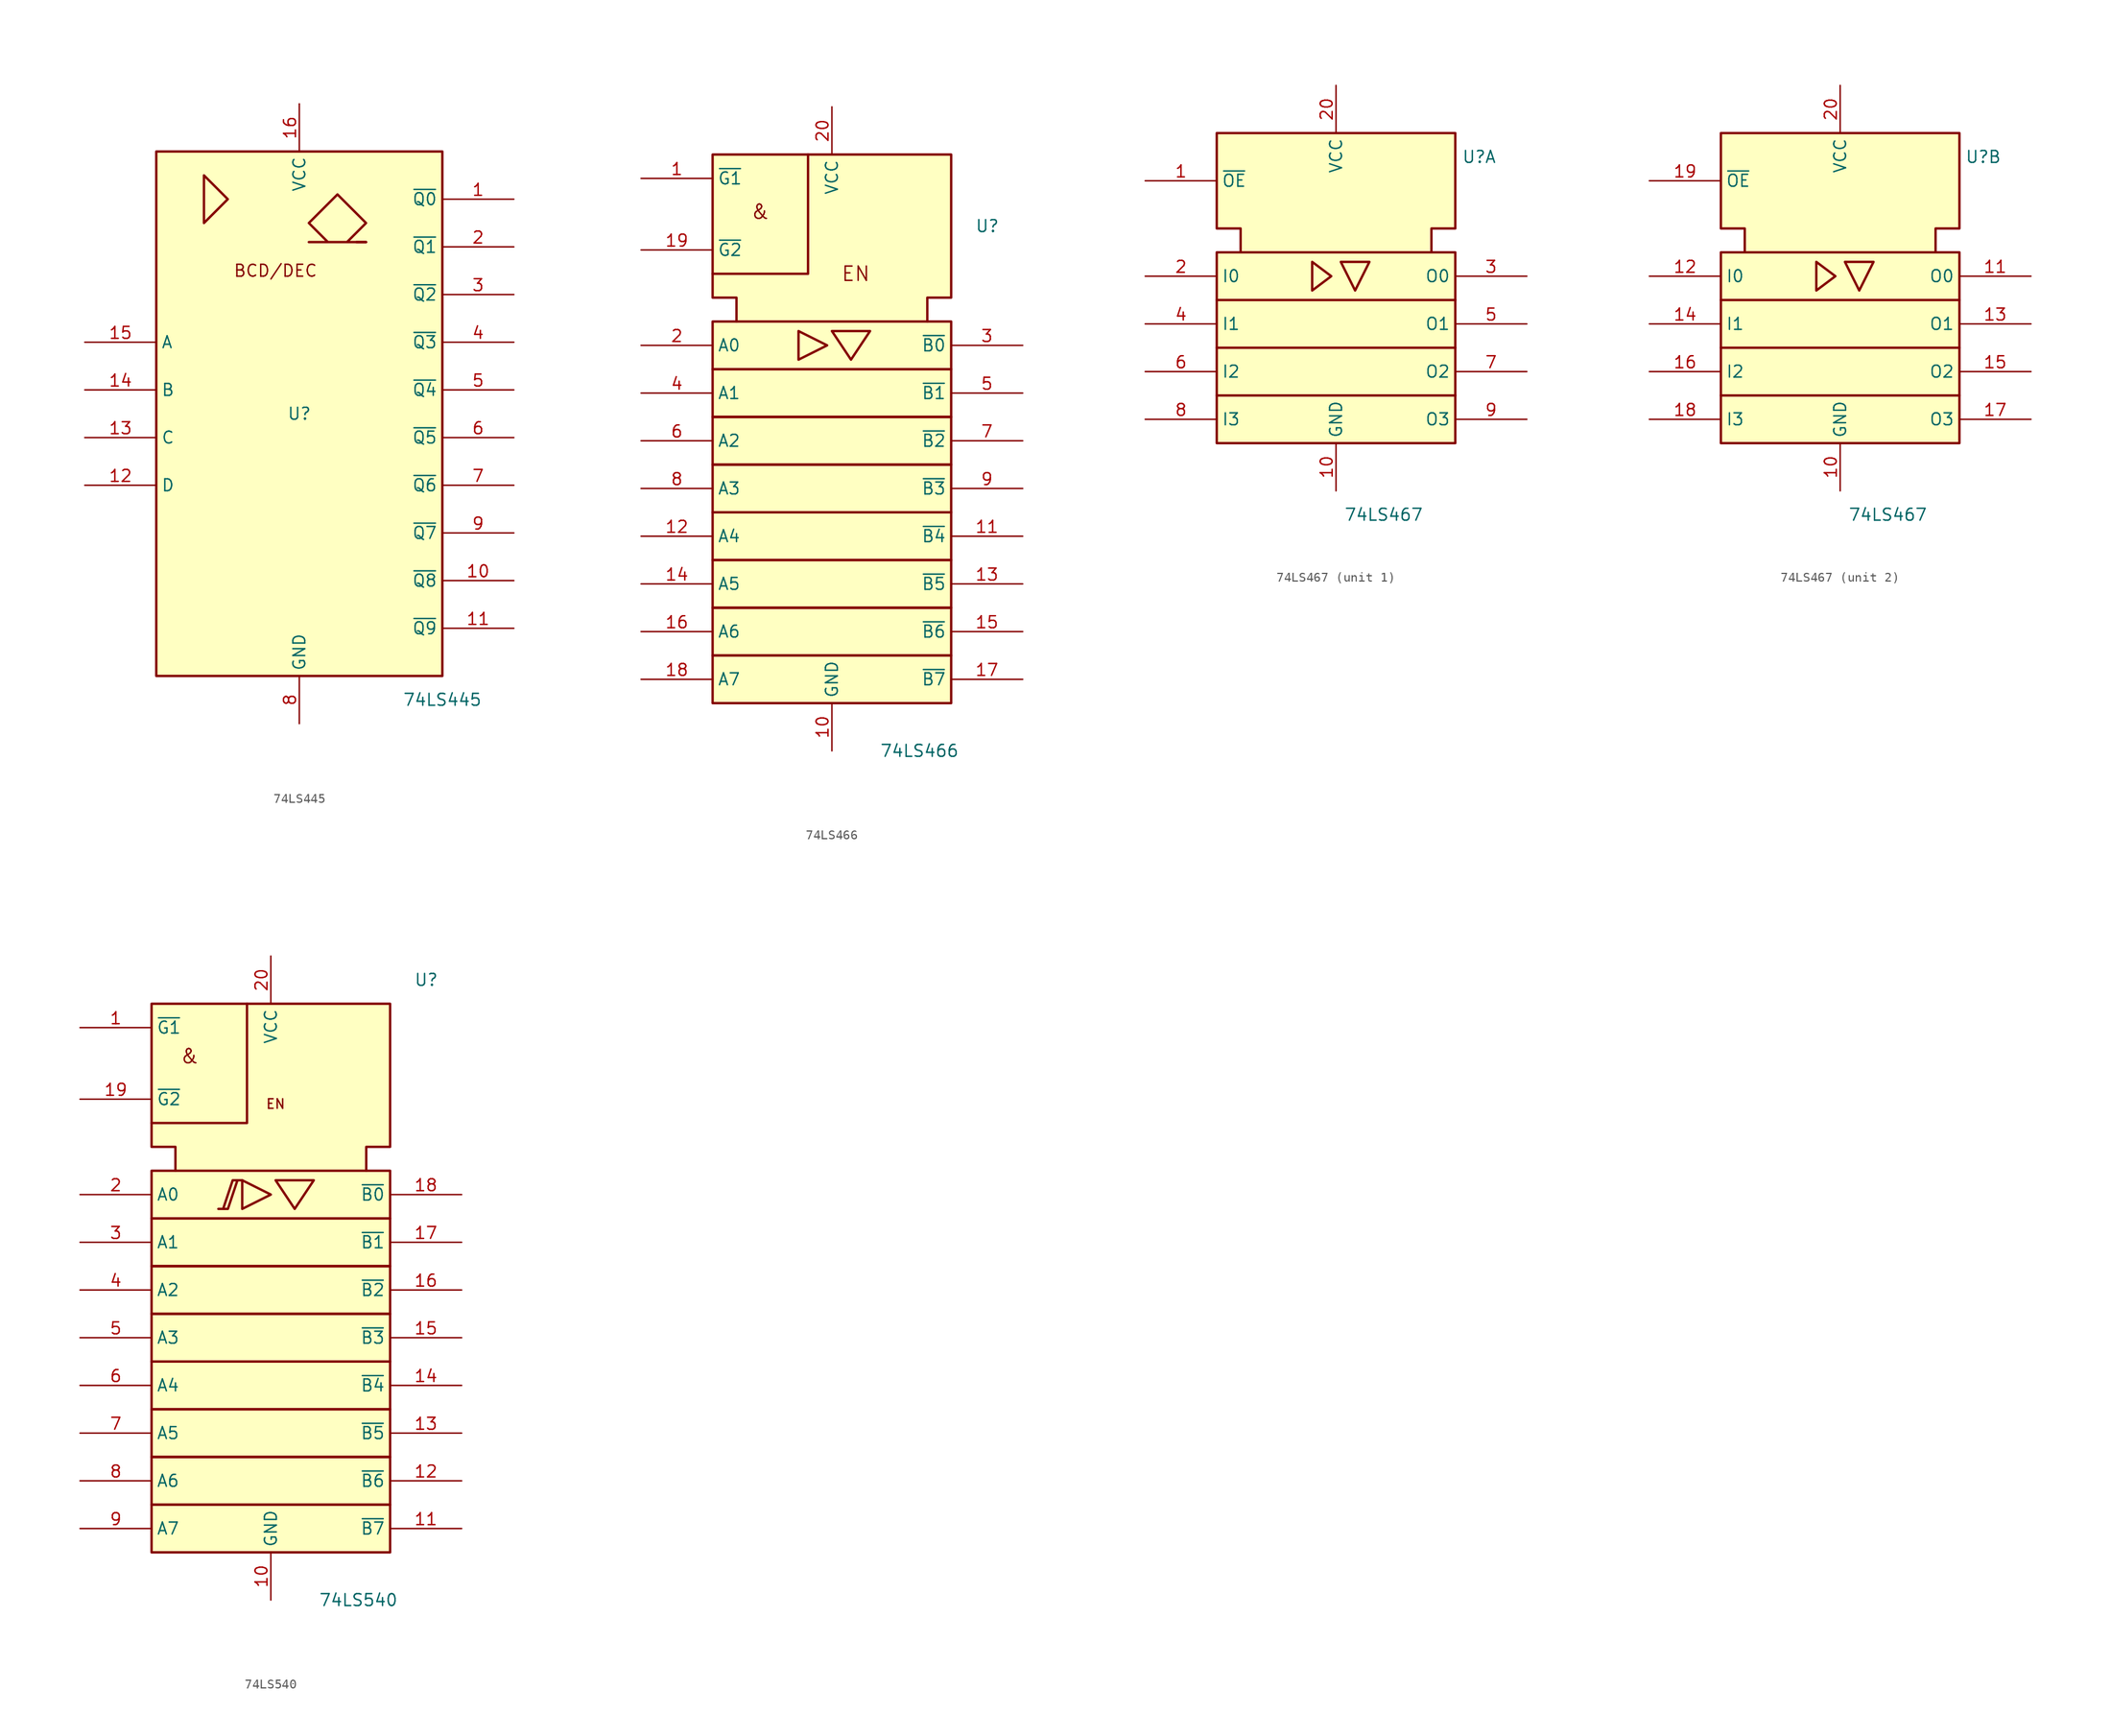
<source format=kicad_sym>
(kicad_symbol_lib
  (version 20231120)
  (generator "kicad_symbol_editor")
  (generator_version "8.0")
  (symbol "74LS445"
    (property "Reference" "U"
      (at 0 0 0)
      (effects (font (size 1.27 1.27))))
    (property "Value" "74LS445"
      (at 15.24 -30.48 0)
      (effects (font (size 1.27 1.27))))
    (symbol "74LS445_0_0"
      (polyline (pts (xy 7.112 18.288) (xy 6.096 18.288) (xy 6.096 18.288)) (stroke (width 0.254) (type default)) (fill (type background)))
      (polyline (pts (xy -10.16 25.4) (xy -10.16 20.32) (xy -7.62 22.86) (xy -10.16 25.4) (xy -10.16 25.4)) (stroke (width 0.254) (type default)) (fill (type background)))
      (polyline (pts (xy 5.08 18.288) (xy 7.112 20.32) (xy 4.064 23.368) (xy 1.016 20.32) (xy 3.048 18.288) (xy 1.016 18.288) (xy 7.112 18.288)) (stroke (width 0.254) (type default)) (fill (type background)))
      (text "BCD/DEC" (at -2.54 15.24 0) (effects (font (size 1.27 1.27))))
      (pin power_in line (at 0 33.02 270) (length 5.08) (name "VCC" (effects (font (size 1.27 1.27)))) (number "16" (effects (font (size 1.27 1.27)))))
      (pin power_in line (at 0 -33.02 90) (length 5.08) (name "GND" (effects (font (size 1.27 1.27)))) (number "8" (effects (font (size 1.27 1.27))))))
    (symbol "74LS445_0_1"
      (rectangle (start -15.24 27.94) (end 15.24 -27.94) (stroke (width 0.254) (type default)) (fill (type background))))
    (symbol "74LS445_1_1"
      (pin open_collector line (at 22.86 22.86 180) (length 7.62) (name "~{Q0}" (effects (font (size 1.27 1.27)))) (number "1" (effects (font (size 1.27 1.27)))))
      (pin open_collector line (at 22.86 -17.78 180) (length 7.62) (name "~{Q8}" (effects (font (size 1.27 1.27)))) (number "10" (effects (font (size 1.27 1.27)))))
      (pin open_collector line (at 22.86 -22.86 180) (length 7.62) (name "~{Q9}" (effects (font (size 1.27 1.27)))) (number "11" (effects (font (size 1.27 1.27)))))
      (pin input line (at -22.86 -7.62 0) (length 7.62) (name "D" (effects (font (size 1.27 1.27)))) (number "12" (effects (font (size 1.27 1.27)))))
      (pin input line (at -22.86 -2.54 0) (length 7.62) (name "C" (effects (font (size 1.27 1.27)))) (number "13" (effects (font (size 1.27 1.27)))))
      (pin input line (at -22.86 2.54 0) (length 7.62) (name "B" (effects (font (size 1.27 1.27)))) (number "14" (effects (font (size 1.27 1.27)))))
      (pin input line (at -22.86 7.62 0) (length 7.62) (name "A" (effects (font (size 1.27 1.27)))) (number "15" (effects (font (size 1.27 1.27)))))
      (pin open_collector line (at 22.86 17.78 180) (length 7.62) (name "~{Q1}" (effects (font (size 1.27 1.27)))) (number "2" (effects (font (size 1.27 1.27)))))
      (pin open_collector line (at 22.86 12.7 180) (length 7.62) (name "~{Q2}" (effects (font (size 1.27 1.27)))) (number "3" (effects (font (size 1.27 1.27)))))
      (pin open_collector line (at 22.86 7.62 180) (length 7.62) (name "~{Q3}" (effects (font (size 1.27 1.27)))) (number "4" (effects (font (size 1.27 1.27)))))
      (pin open_collector line (at 22.86 2.54 180) (length 7.62) (name "~{Q4}" (effects (font (size 1.27 1.27)))) (number "5" (effects (font (size 1.27 1.27)))))
      (pin open_collector line (at 22.86 -2.54 180) (length 7.62) (name "~{Q5}" (effects (font (size 1.27 1.27)))) (number "6" (effects (font (size 1.27 1.27)))))
      (pin open_collector line (at 22.86 -7.62 180) (length 7.62) (name "~{Q6}" (effects (font (size 1.27 1.27)))) (number "7" (effects (font (size 1.27 1.27)))))
      (pin open_collector line (at 22.86 -12.7 180) (length 7.62) (name "~{Q7}" (effects (font (size 1.27 1.27)))) (number "9" (effects (font (size 1.27 1.27)))))))
  (symbol "74LS466"
    (property "Reference" "U"
      (at 15.24 25.4 0)
      (effects (font (size 1.27 1.27)) (justify left)))
    (property "Value" "74LS466"
      (at 5.08 -30.48 0)
      (effects (font (size 1.27 1.27)) (justify left)))
    (symbol "74LS466_0_0"
      (polyline (pts (xy -2.54 33.02) (xy -2.54 20.32) (xy -12.7 20.32) (xy -12.7 20.32)) (stroke (width 0.254) (type default)) (fill (type background)))
      (polyline (pts (xy -3.556 14.224) (xy -3.556 11.176) (xy -0.508 12.7) (xy -3.556 14.224) (xy -3.556 14.224)) (stroke (width 0.254) (type default)) (fill (type background)))
      (polyline (pts (xy 0 14.224) (xy 4.064 14.224) (xy 2.032 11.176) (xy 0 14.224) (xy 0 14.224)) (stroke (width 0.254) (type default)) (fill (type background)))
      (text "&" (at -7.62 26.924 0) (effects (font (size 1.524 1.524))))
      (text "EN" (at 2.54 20.32 0) (effects (font (size 1.524 1.524))))
      (pin power_in line (at 0 -30.48 90) (length 5.08) (name "GND" (effects (font (size 1.27 1.27)))) (number "10" (effects (font (size 1.27 1.27)))))
      (pin power_in line (at 0 38.1 270) (length 5.08) (name "VCC" (effects (font (size 1.27 1.27)))) (number "20" (effects (font (size 1.27 1.27))))))
    (symbol "74LS466_0_1"
      (rectangle (start -12.7 -20.32) (end 12.7 -25.4) (stroke (width 0.254) (type default)) (fill (type background)))
      (rectangle (start -12.7 -15.24) (end 12.7 -20.32) (stroke (width 0.254) (type default)) (fill (type background)))
      (rectangle (start -12.7 -10.16) (end 12.7 -15.24) (stroke (width 0.254) (type default)) (fill (type background)))
      (rectangle (start -12.7 -5.08) (end 12.7 -10.16) (stroke (width 0.254) (type default)) (fill (type background)))
      (rectangle (start -12.7 0) (end 12.7 -5.08) (stroke (width 0.254) (type default)) (fill (type background)))
      (rectangle (start -12.7 5.08) (end 12.7 0) (stroke (width 0.254) (type default)) (fill (type background)))
      (rectangle (start -12.7 10.16) (end 12.7 5.08) (stroke (width 0.254) (type default)) (fill (type background)))
      (rectangle (start -12.7 15.24) (end 12.7 10.16) (stroke (width 0.254) (type default)) (fill (type background)))
      (polyline (pts (xy -10.16 15.24) (xy -10.16 17.78) (xy -12.7 17.78) (xy -12.7 33.02) (xy 12.7 33.02) (xy 12.7 17.78) (xy 10.16 17.78) (xy 10.16 15.24) (xy 10.16 15.24)) (stroke (width 0.254) (type default)) (fill (type background))))
    (symbol "74LS466_1_1"
      (pin input line (at -20.32 30.48 0) (length 7.62) (name "~{G1}" (effects (font (size 1.27 1.27)))) (number "1" (effects (font (size 1.27 1.27)))))
      (pin tri_state line (at 20.32 -7.62 180) (length 7.62) (name "~{B4}" (effects (font (size 1.27 1.27)))) (number "11" (effects (font (size 1.27 1.27)))))
      (pin tri_state line (at -20.32 -7.62 0) (length 7.62) (name "A4" (effects (font (size 1.27 1.27)))) (number "12" (effects (font (size 1.27 1.27)))))
      (pin tri_state line (at 20.32 -12.7 180) (length 7.62) (name "~{B5}" (effects (font (size 1.27 1.27)))) (number "13" (effects (font (size 1.27 1.27)))))
      (pin tri_state line (at -20.32 -12.7 0) (length 7.62) (name "A5" (effects (font (size 1.27 1.27)))) (number "14" (effects (font (size 1.27 1.27)))))
      (pin tri_state line (at 20.32 -17.78 180) (length 7.62) (name "~{B6}" (effects (font (size 1.27 1.27)))) (number "15" (effects (font (size 1.27 1.27)))))
      (pin tri_state line (at -20.32 -17.78 0) (length 7.62) (name "A6" (effects (font (size 1.27 1.27)))) (number "16" (effects (font (size 1.27 1.27)))))
      (pin tri_state line (at 20.32 -22.86 180) (length 7.62) (name "~{B7}" (effects (font (size 1.27 1.27)))) (number "17" (effects (font (size 1.27 1.27)))))
      (pin tri_state line (at -20.32 -22.86 0) (length 7.62) (name "A7" (effects (font (size 1.27 1.27)))) (number "18" (effects (font (size 1.27 1.27)))))
      (pin input line (at -20.32 22.86 0) (length 7.62) (name "~{G2}" (effects (font (size 1.27 1.27)))) (number "19" (effects (font (size 1.27 1.27)))))
      (pin tri_state line (at -20.32 12.7 0) (length 7.62) (name "A0" (effects (font (size 1.27 1.27)))) (number "2" (effects (font (size 1.27 1.27)))))
      (pin tri_state line (at 20.32 12.7 180) (length 7.62) (name "~{B0}" (effects (font (size 1.27 1.27)))) (number "3" (effects (font (size 1.27 1.27)))))
      (pin tri_state line (at -20.32 7.62 0) (length 7.62) (name "A1" (effects (font (size 1.27 1.27)))) (number "4" (effects (font (size 1.27 1.27)))))
      (pin tri_state line (at 20.32 7.62 180) (length 7.62) (name "~{B1}" (effects (font (size 1.27 1.27)))) (number "5" (effects (font (size 1.27 1.27)))))
      (pin tri_state line (at -20.32 2.54 0) (length 7.62) (name "A2" (effects (font (size 1.27 1.27)))) (number "6" (effects (font (size 1.27 1.27)))))
      (pin tri_state line (at 20.32 2.54 180) (length 7.62) (name "~{B2}" (effects (font (size 1.27 1.27)))) (number "7" (effects (font (size 1.27 1.27)))))
      (pin tri_state line (at -20.32 -2.54 0) (length 7.62) (name "A3" (effects (font (size 1.27 1.27)))) (number "8" (effects (font (size 1.27 1.27)))))
      (pin tri_state line (at 20.32 -2.54 180) (length 7.62) (name "~{B3}" (effects (font (size 1.27 1.27)))) (number "9" (effects (font (size 1.27 1.27)))))))
  (symbol "74LS467"
    (property "Reference" "U"
      (at 15.24 17.78 0)
      (effects (font (size 1.27 1.27))))
    (property "Value" "74LS467"
      (at 5.08 -20.32 0)
      (effects (font (size 1.27 1.27))))
    (symbol "74LS467_0_0"
      (polyline (pts (xy 0.508 6.604) (xy 3.556 6.604) (xy 2.032 3.556) (xy 0.508 6.604) (xy 0.508 6.604)) (stroke (width 0.254) (type default)) (fill (type background)))
      (pin power_in line (at 0 -17.78 90) (length 5.08) (name "GND" (effects (font (size 1.27 1.27)))) (number "10" (effects (font (size 1.27 1.27)))))
      (pin power_in line (at 0 25.4 270) (length 5.08) (name "VCC" (effects (font (size 1.27 1.27)))) (number "20" (effects (font (size 1.27 1.27))))))
    (symbol "74LS467_0_1"
      (rectangle (start -12.7 7.62) (end 12.7 -12.7) (stroke (width 0.254) (type default)) (fill (type background)))
      (polyline (pts (xy -12.7 -2.54) (xy 12.7 -2.54) (xy 12.7 -2.54)) (stroke (width 0.254) (type default)) (fill (type background)))
      (polyline (pts (xy 12.7 -7.62) (xy -12.7 -7.62) (xy -12.7 -7.62)) (stroke (width 0.254) (type default)) (fill (type background)))
      (polyline (pts (xy 12.7 2.54) (xy -12.7 2.54) (xy -12.7 2.54)) (stroke (width 0.254) (type default)) (fill (type background)))
      (polyline (pts (xy -2.54 6.604) (xy -2.54 3.556) (xy -0.508 5.08) (xy -2.54 6.604) (xy -2.54 6.604)) (stroke (width 0.254) (type default)) (fill (type background)))
      (polyline (pts (xy -10.16 7.62) (xy -10.16 10.16) (xy -12.7 10.16) (xy -12.7 20.32) (xy 12.7 20.32) (xy 12.7 10.16) (xy 10.16 10.16) (xy 10.16 7.62) (xy 10.16 7.62)) (stroke (width 0.254) (type default)) (fill (type background))))
    (symbol "74LS467_1_1"
      (pin input line (at -20.32 15.24 0) (length 7.62) (name "~{OE}" (effects (font (size 1.27 1.27)))) (number "1" (effects (font (size 1.27 1.27)))))
      (pin input line (at -20.32 5.08 0) (length 7.62) (name "I0" (effects (font (size 1.27 1.27)))) (number "2" (effects (font (size 1.27 1.27)))))
      (pin tri_state line (at 20.32 5.08 180) (length 7.62) (name "O0" (effects (font (size 1.27 1.27)))) (number "3" (effects (font (size 1.27 1.27)))))
      (pin input line (at -20.32 0 0) (length 7.62) (name "I1" (effects (font (size 1.27 1.27)))) (number "4" (effects (font (size 1.27 1.27)))))
      (pin tri_state line (at 20.32 0 180) (length 7.62) (name "O1" (effects (font (size 1.27 1.27)))) (number "5" (effects (font (size 1.27 1.27)))))
      (pin input line (at -20.32 -5.08 0) (length 7.62) (name "I2" (effects (font (size 1.27 1.27)))) (number "6" (effects (font (size 1.27 1.27)))))
      (pin tri_state line (at 20.32 -5.08 180) (length 7.62) (name "O2" (effects (font (size 1.27 1.27)))) (number "7" (effects (font (size 1.27 1.27)))))
      (pin input line (at -20.32 -10.16 0) (length 7.62) (name "I3" (effects (font (size 1.27 1.27)))) (number "8" (effects (font (size 1.27 1.27)))))
      (pin tri_state line (at 20.32 -10.16 180) (length 7.62) (name "O3" (effects (font (size 1.27 1.27)))) (number "9" (effects (font (size 1.27 1.27))))))
    (symbol "74LS467_2_1"
      (pin tri_state line (at 20.32 5.08 180) (length 7.62) (name "O0" (effects (font (size 1.27 1.27)))) (number "11" (effects (font (size 1.27 1.27)))))
      (pin input line (at -20.32 5.08 0) (length 7.62) (name "I0" (effects (font (size 1.27 1.27)))) (number "12" (effects (font (size 1.27 1.27)))))
      (pin tri_state line (at 20.32 0 180) (length 7.62) (name "O1" (effects (font (size 1.27 1.27)))) (number "13" (effects (font (size 1.27 1.27)))))
      (pin input line (at -20.32 0 0) (length 7.62) (name "I1" (effects (font (size 1.27 1.27)))) (number "14" (effects (font (size 1.27 1.27)))))
      (pin tri_state line (at 20.32 -5.08 180) (length 7.62) (name "O2" (effects (font (size 1.27 1.27)))) (number "15" (effects (font (size 1.27 1.27)))))
      (pin input line (at -20.32 -5.08 0) (length 7.62) (name "I2" (effects (font (size 1.27 1.27)))) (number "16" (effects (font (size 1.27 1.27)))))
      (pin tri_state line (at 20.32 -10.16 180) (length 7.62) (name "O3" (effects (font (size 1.27 1.27)))) (number "17" (effects (font (size 1.27 1.27)))))
      (pin input line (at -20.32 -10.16 0) (length 7.62) (name "I3" (effects (font (size 1.27 1.27)))) (number "18" (effects (font (size 1.27 1.27)))))
      (pin input line (at -20.32 15.24 0) (length 7.62) (name "~{OE}" (effects (font (size 1.27 1.27)))) (number "19" (effects (font (size 1.27 1.27)))))))
  (symbol "74LS540"
    (property "Reference" "U"
      (at 15.24 35.56 0)
      (effects (font (size 1.27 1.27)) (justify left)))
    (property "Value" "74LS540"
      (at 5.08 -30.48 0)
      (effects (font (size 1.27 1.27)) (justify left)))
    (symbol "74LS540_0_0"
      (polyline (pts (xy -2.54 33.02) (xy -2.54 20.32) (xy -12.7 20.32) (xy -12.7 20.32)) (stroke (width 0.254) (type default)) (fill (type background)))
      (polyline (pts (xy -3.048 14.224) (xy -3.048 11.176) (xy 0 12.7) (xy -3.048 14.224) (xy -3.048 14.224)) (stroke (width 0.254) (type default)) (fill (type background)))
      (polyline (pts (xy 0.508 14.224) (xy 4.572 14.224) (xy 2.54 11.176) (xy 0.508 14.224) (xy 0.508 14.224)) (stroke (width 0.254) (type default)) (fill (type background)))
      (polyline (pts (xy -4.572 11.176) (xy -5.588 11.176) (xy -4.572 11.176) (xy -3.556 14.224) (xy -3.048 14.224) (xy -4.064 14.224) (xy -5.08 11.176) (xy -5.08 11.176)) (stroke (width 0.254) (type default)) (fill (type background)))
      (text "&" (at -8.636 27.432 0) (effects (font (size 1.524 1.524))))
      (text "EN" (at 0.508 22.352 0) (effects (font (size 1.016 1.016))))
      (pin power_in line (at 0 -30.48 90) (length 5.08) (name "GND" (effects (font (size 1.27 1.27)))) (number "10" (effects (font (size 1.27 1.27)))))
      (pin power_in line (at 0 38.1 270) (length 5.08) (name "VCC" (effects (font (size 1.27 1.27)))) (number "20" (effects (font (size 1.27 1.27))))))
    (symbol "74LS540_0_1"
      (rectangle (start -12.7 -20.32) (end 12.7 -25.4) (stroke (width 0.254) (type default)) (fill (type background)))
      (rectangle (start -12.7 -15.24) (end 12.7 -20.32) (stroke (width 0.254) (type default)) (fill (type background)))
      (rectangle (start -12.7 -10.16) (end 12.7 -15.24) (stroke (width 0.254) (type default)) (fill (type background)))
      (rectangle (start -12.7 -5.08) (end 12.7 -10.16) (stroke (width 0.254) (type default)) (fill (type background)))
      (rectangle (start -12.7 0) (end 12.7 -5.08) (stroke (width 0.254) (type default)) (fill (type background)))
      (rectangle (start -12.7 5.08) (end 12.7 0) (stroke (width 0.254) (type default)) (fill (type background)))
      (rectangle (start -12.7 10.16) (end 12.7 5.08) (stroke (width 0.254) (type default)) (fill (type background)))
      (rectangle (start -12.7 15.24) (end 12.7 10.16) (stroke (width 0.254) (type default)) (fill (type background)))
      (polyline (pts (xy -10.16 15.24) (xy -10.16 17.78) (xy -12.7 17.78) (xy -12.7 33.02) (xy 12.7 33.02) (xy 12.7 17.78) (xy 10.16 17.78) (xy 10.16 15.24) (xy 10.16 15.24)) (stroke (width 0.254) (type default)) (fill (type background))))
    (symbol "74LS540_1_1"
      (pin input line (at -20.32 30.48 0) (length 7.62) (name "~{G1}" (effects (font (size 1.27 1.27)))) (number "1" (effects (font (size 1.27 1.27)))))
      (pin tri_state line (at 20.32 -22.86 180) (length 7.62) (name "~{B7}" (effects (font (size 1.27 1.27)))) (number "11" (effects (font (size 1.27 1.27)))))
      (pin tri_state line (at 20.32 -17.78 180) (length 7.62) (name "~{B6}" (effects (font (size 1.27 1.27)))) (number "12" (effects (font (size 1.27 1.27)))))
      (pin tri_state line (at 20.32 -12.7 180) (length 7.62) (name "~{B5}" (effects (font (size 1.27 1.27)))) (number "13" (effects (font (size 1.27 1.27)))))
      (pin tri_state line (at 20.32 -7.62 180) (length 7.62) (name "~{B4}" (effects (font (size 1.27 1.27)))) (number "14" (effects (font (size 1.27 1.27)))))
      (pin tri_state line (at 20.32 -2.54 180) (length 7.62) (name "~{B3}" (effects (font (size 1.27 1.27)))) (number "15" (effects (font (size 1.27 1.27)))))
      (pin tri_state line (at 20.32 2.54 180) (length 7.62) (name "~{B2}" (effects (font (size 1.27 1.27)))) (number "16" (effects (font (size 1.27 1.27)))))
      (pin tri_state line (at 20.32 7.62 180) (length 7.62) (name "~{B1}" (effects (font (size 1.27 1.27)))) (number "17" (effects (font (size 1.27 1.27)))))
      (pin tri_state line (at 20.32 12.7 180) (length 7.62) (name "~{B0}" (effects (font (size 1.27 1.27)))) (number "18" (effects (font (size 1.27 1.27)))))
      (pin input line (at -20.32 22.86 0) (length 7.62) (name "~{G2}" (effects (font (size 1.27 1.27)))) (number "19" (effects (font (size 1.27 1.27)))))
      (pin input line (at -20.32 12.7 0) (length 7.62) (name "A0" (effects (font (size 1.27 1.27)))) (number "2" (effects (font (size 1.27 1.27)))))
      (pin input line (at -20.32 7.62 0) (length 7.62) (name "A1" (effects (font (size 1.27 1.27)))) (number "3" (effects (font (size 1.27 1.27)))))
      (pin input line (at -20.32 2.54 0) (length 7.62) (name "A2" (effects (font (size 1.27 1.27)))) (number "4" (effects (font (size 1.27 1.27)))))
      (pin input line (at -20.32 -2.54 0) (length 7.62) (name "A3" (effects (font (size 1.27 1.27)))) (number "5" (effects (font (size 1.27 1.27)))))
      (pin input line (at -20.32 -7.62 0) (length 7.62) (name "A4" (effects (font (size 1.27 1.27)))) (number "6" (effects (font (size 1.27 1.27)))))
      (pin input line (at -20.32 -12.7 0) (length 7.62) (name "A5" (effects (font (size 1.27 1.27)))) (number "7" (effects (font (size 1.27 1.27)))))
      (pin input line (at -20.32 -17.78 0) (length 7.62) (name "A6" (effects (font (size 1.27 1.27)))) (number "8" (effects (font (size 1.27 1.27)))))
      (pin input line (at -20.32 -22.86 0) (length 7.62) (name "A7" (effects (font (size 1.27 1.27)))) (number "9" (effects (font (size 1.27 1.27))))))))
</source>
